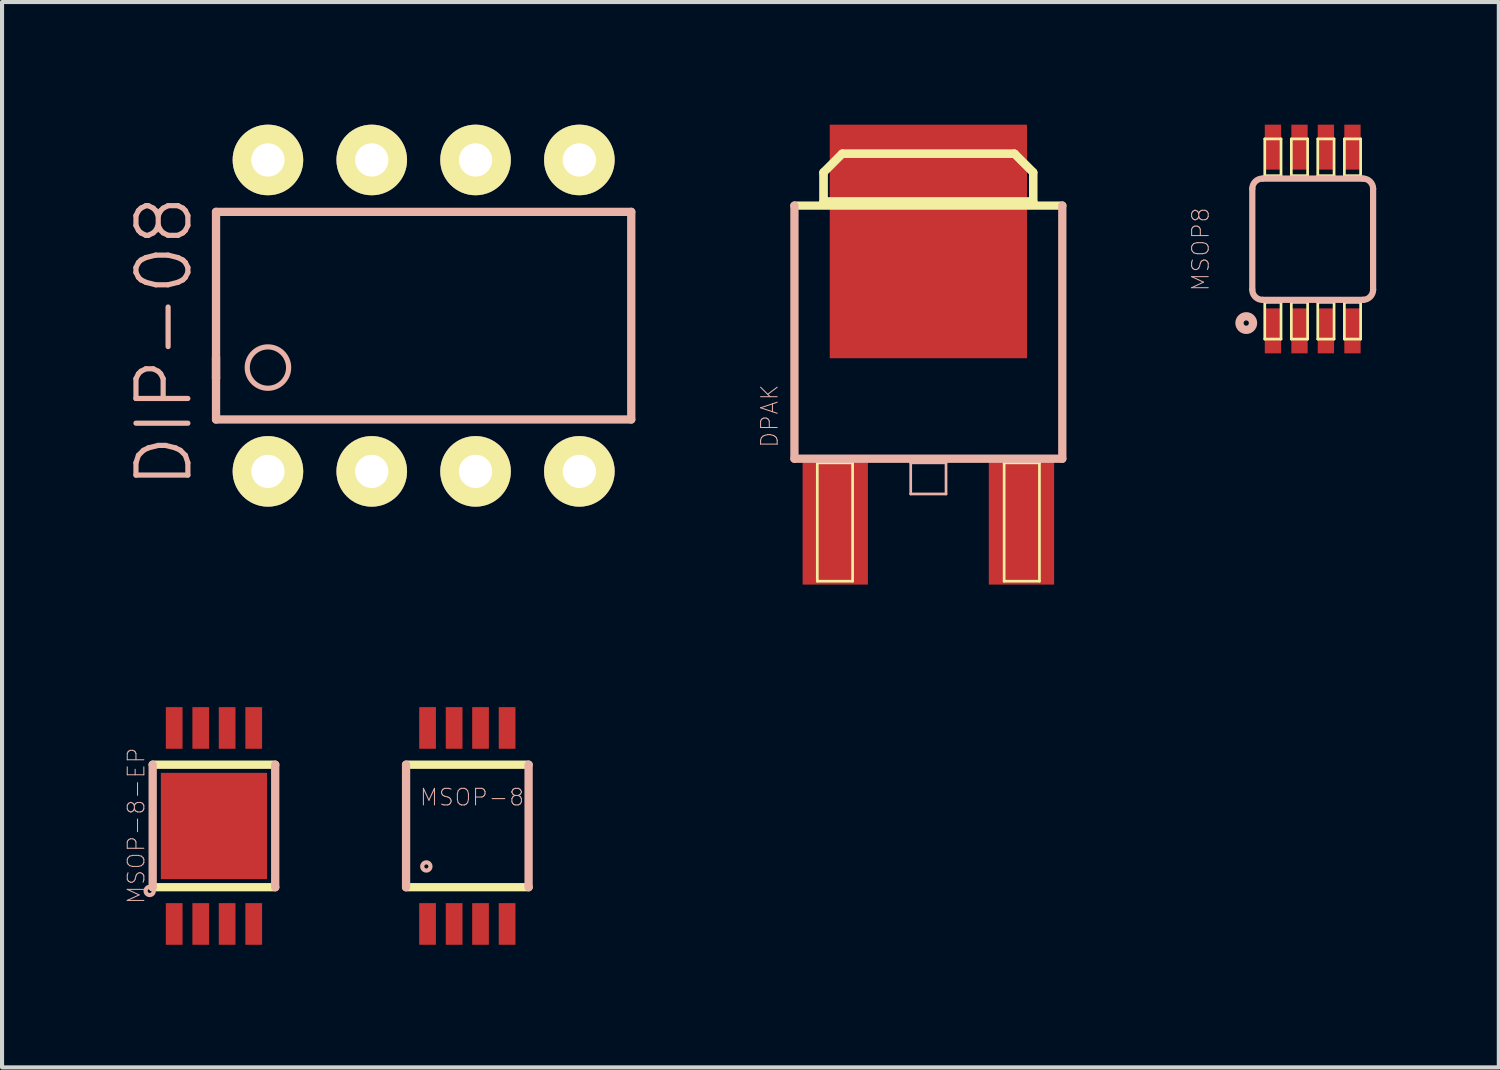
<source format=kicad_pcb>
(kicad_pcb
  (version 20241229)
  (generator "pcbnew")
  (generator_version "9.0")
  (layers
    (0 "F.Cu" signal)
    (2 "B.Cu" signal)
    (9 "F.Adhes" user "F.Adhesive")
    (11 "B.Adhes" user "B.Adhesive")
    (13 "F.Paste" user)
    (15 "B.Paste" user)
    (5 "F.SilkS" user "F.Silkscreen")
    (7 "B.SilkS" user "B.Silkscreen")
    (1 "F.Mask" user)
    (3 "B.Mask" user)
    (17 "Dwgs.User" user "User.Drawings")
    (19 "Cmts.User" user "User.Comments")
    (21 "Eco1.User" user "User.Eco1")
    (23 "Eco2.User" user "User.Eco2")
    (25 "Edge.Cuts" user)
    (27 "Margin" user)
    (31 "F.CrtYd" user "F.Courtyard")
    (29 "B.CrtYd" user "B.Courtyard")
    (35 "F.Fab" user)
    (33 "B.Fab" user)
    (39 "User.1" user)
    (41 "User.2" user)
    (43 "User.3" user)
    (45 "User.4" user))
  (footprint "DIP-08"
    (layer "F.Cu")
    (at 7.316 4.674)
    (property "Reference" "DIP-08" (at -6.35 0.635 90) (layer "B.SilkS") (effects (font (size 1.27 1.27) (thickness 0.127))))
    (attr exclude_from_pos_files exclude_from_bom)
    (fp_line (start -5.08 -2.54) (end -5.08 1.524) (stroke (width 0.203) (type solid)) (layer "B.SilkS"))
    (fp_line (start -5.08 -2.54) (end 5.08 -2.54) (stroke (width 0.203) (type solid)) (layer "B.SilkS"))
    (fp_line (start -5.08 1.524) (end -5.08 1.016) (stroke (width 0.203) (type solid)) (layer "B.SilkS"))
    (fp_line (start -5.08 2.54) (end -5.08 1.524) (stroke (width 0.203) (type solid)) (layer "B.SilkS"))
    (fp_line (start -5.08 2.54) (end 5.08 2.54) (stroke (width 0.203) (type solid)) (layer "B.SilkS"))
    (fp_line (start 5.08 -2.54) (end 5.08 2.54) (stroke (width 0.203) (type solid)) (layer "B.SilkS"))
    (fp_circle (center -3.81 1.27) (end -4.168 1.628) (stroke (width 0.127) (type solid)) (fill no) (layer "B.SilkS"))
    (pad "1" thru_hole circle (at -3.81 3.81) (size 1.727 1.727) (drill 0.813) (layers "*.Cu" "F.Mask" "F.SilkS" "F.Paste"))
    (pad "2" thru_hole circle (at -1.27 3.81) (size 1.727 1.727) (drill 0.813) (layers "*.Cu" "F.Mask" "F.SilkS" "F.Paste"))
    (pad "3" thru_hole circle (at 1.27 3.81) (size 1.727 1.727) (drill 0.813) (layers "*.Cu" "F.Mask" "F.SilkS" "F.Paste"))
    (pad "4" thru_hole circle (at 3.81 3.81) (size 1.727 1.727) (drill 0.813) (layers "*.Cu" "F.Mask" "F.SilkS" "F.Paste"))
    (pad "5" thru_hole circle (at 3.81 -3.81) (size 1.727 1.727) (drill 0.813) (layers "*.Cu" "F.Mask" "F.SilkS" "F.Paste"))
    (pad "6" thru_hole circle (at 1.27 -3.81) (size 1.727 1.727) (drill 0.813) (layers "*.Cu" "F.Mask" "F.SilkS" "F.Paste"))
    (pad "7" thru_hole circle (at -1.27 -3.81) (size 1.727 1.727) (drill 0.813) (layers "*.Cu" "F.Mask" "F.SilkS" "F.Paste"))
    (pad "8" thru_hole circle (at -3.81 -3.81) (size 1.727 1.727) (drill 0.813) (layers "*.Cu" "F.Mask" "F.SilkS" "F.Paste")))
  (footprint "MSOP-8"
    (layer "F.Cu")
    (at 8.385 17.16)
    (property "Reference" "MSOP-8" (at 0.114 -0.701 0) (layer "B.SilkS") (effects (font (size 0.406 0.406) (thickness 0.025))))
    (attr smd)
    (fp_line (start -1.499 1.499) (end 1.499 1.499) (stroke (width 0.203) (type solid)) (layer "F.SilkS"))
    (fp_line (start 1.499 -1.499) (end -1.499 -1.499) (stroke (width 0.203) (type solid)) (layer "F.SilkS"))
    (fp_line (start -1.499 -1.499) (end -1.499 1.499) (stroke (width 0.203) (type solid)) (layer "B.SilkS"))
    (fp_line (start 1.499 1.499) (end 1.499 -1.499) (stroke (width 0.203) (type solid)) (layer "B.SilkS"))
    (fp_circle (center -1.003 0.991) (end -1.074 1.062) (stroke (width 0.102) (type solid)) (fill no) (layer "B.SilkS"))
    (pad "1" smd rect (at -0.973 2.398) (size 0.409 1.019) (layers "F.Cu" "F.Mask" "F.Paste"))
    (pad "2" smd rect (at -0.323 2.398) (size 0.409 1.019) (layers "F.Cu" "F.Mask" "F.Paste"))
    (pad "3" smd rect (at 0.323 2.398) (size 0.409 1.019) (layers "F.Cu" "F.Mask" "F.Paste"))
    (pad "4" smd rect (at 0.973 2.398) (size 0.409 1.019) (layers "F.Cu" "F.Mask" "F.Paste"))
    (pad "5" smd rect (at 0.973 -2.398) (size 0.409 1.019) (layers "F.Cu" "F.Mask" "F.Paste"))
    (pad "6" smd rect (at 0.323 -2.398) (size 0.409 1.019) (layers "F.Cu" "F.Mask" "F.Paste"))
    (pad "7" smd rect (at -0.323 -2.398) (size 0.409 1.019) (layers "F.Cu" "F.Mask" "F.Paste"))
    (pad "8" smd rect (at -0.973 -2.398) (size 0.409 1.019) (layers "F.Cu" "F.Mask" "F.Paste")))
  (footprint "MSOP-8-EP"
    (layer "F.Cu")
    (at 2.185 17.16)
    (property "Reference" "MSOP-8-EP" (at -1.902 -0.005 90) (layer "B.SilkS") (effects (font (size 0.406 0.406) (thickness 0.025))))
    (attr smd)
    (fp_line (start -1.499 1.499) (end 1.499 1.499) (stroke (width 0.203) (type solid)) (layer "F.SilkS"))
    (fp_line (start 1.499 -1.499) (end -1.499 -1.499) (stroke (width 0.203) (type solid)) (layer "F.SilkS"))
    (fp_line (start -1.499 -1.499) (end -1.499 1.499) (stroke (width 0.203) (type solid)) (layer "B.SilkS"))
    (fp_line (start 1.499 1.499) (end 1.499 -1.499) (stroke (width 0.203) (type solid)) (layer "B.SilkS"))
    (fp_circle (center -1.572 1.59) (end -1.643 1.661) (stroke (width 0.102) (type solid)) (fill no) (layer "B.SilkS"))
    (pad "1" smd rect (at -0.973 2.398) (size 0.409 1.019) (layers "F.Cu" "F.Mask" "F.Paste"))
    (pad "2" smd rect (at -0.323 2.398) (size 0.409 1.019) (layers "F.Cu" "F.Mask" "F.Paste"))
    (pad "3" smd rect (at 0.323 2.398) (size 0.409 1.019) (layers "F.Cu" "F.Mask" "F.Paste"))
    (pad "4" smd rect (at 0.973 2.398) (size 0.409 1.019) (layers "F.Cu" "F.Mask" "F.Paste"))
    (pad "5" smd rect (at 0.973 -2.398) (size 0.409 1.019) (layers "F.Cu" "F.Mask" "F.Paste"))
    (pad "6" smd rect (at 0.323 -2.398) (size 0.409 1.019) (layers "F.Cu" "F.Mask" "F.Paste"))
    (pad "7" smd rect (at -0.323 -2.398) (size 0.409 1.019) (layers "F.Cu" "F.Mask" "F.Paste"))
    (pad "8" smd rect (at -0.973 -2.398) (size 0.409 1.019) (layers "F.Cu" "F.Mask" "F.Paste"))
    (pad "EP" smd rect (at 0 0) (size 2.598 2.598) (layers "F.Cu" "F.Mask" "F.Paste")))
  (footprint "DPAK"
    (layer "F.Cu")
    (at 19.666 4.445)
    (property "Reference" "DPAK" (at -3.886 2.685 90) (layer "B.SilkS") (effects (font (size 0.406 0.406) (thickness 0.025))))
    (attr smd)
    (fp_line (start -3.277 -2.464) (end 3.277 -2.464) (stroke (width 0.203) (type solid)) (layer "F.SilkS"))
    (fp_line (start -2.718 3.83) (end -1.854 3.83) (stroke (width 0.066) (type solid)) (layer "F.SilkS"))
    (fp_line (start -2.718 6.726) (end -2.718 3.83) (stroke (width 0.066) (type solid)) (layer "F.SilkS"))
    (fp_line (start -2.718 6.726) (end -1.854 6.726) (stroke (width 0.066) (type solid)) (layer "F.SilkS"))
    (fp_line (start -2.565 -3.277) (end -2.108 -3.734) (stroke (width 0.198) (type solid)) (layer "F.SilkS"))
    (fp_line (start -2.565 -3.277) (end -2.108 -3.734) (stroke (width 0.203) (type solid)) (layer "F.SilkS"))
    (fp_line (start -2.565 -2.565) (end -2.565 -3.277) (stroke (width 0.198) (type solid)) (layer "F.SilkS"))
    (fp_line (start -2.565 -2.565) (end -2.565 -3.277) (stroke (width 0.203) (type solid)) (layer "F.SilkS"))
    (fp_line (start -2.108 -3.734) (end 2.108 -3.734) (stroke (width 0.198) (type solid)) (layer "F.SilkS"))
    (fp_line (start -2.108 -3.734) (end 2.108 -3.734) (stroke (width 0.203) (type solid)) (layer "F.SilkS"))
    (fp_line (start -1.854 6.726) (end -1.854 3.83) (stroke (width 0.066) (type solid)) (layer "F.SilkS"))
    (fp_line (start 1.854 3.83) (end 2.718 3.83) (stroke (width 0.066) (type solid)) (layer "F.SilkS"))
    (fp_line (start 1.854 6.726) (end 1.854 3.83) (stroke (width 0.066) (type solid)) (layer "F.SilkS"))
    (fp_line (start 1.854 6.726) (end 2.718 6.726) (stroke (width 0.066) (type solid)) (layer "F.SilkS"))
    (fp_line (start 2.108 -3.734) (end 2.565 -3.277) (stroke (width 0.198) (type solid)) (layer "F.SilkS"))
    (fp_line (start 2.108 -3.734) (end 2.565 -3.277) (stroke (width 0.203) (type solid)) (layer "F.SilkS"))
    (fp_line (start 2.565 -3.277) (end 2.565 -2.565) (stroke (width 0.198) (type solid)) (layer "F.SilkS"))
    (fp_line (start 2.565 -3.277) (end 2.565 -2.565) (stroke (width 0.203) (type solid)) (layer "F.SilkS"))
    (fp_line (start 2.565 -2.565) (end -2.565 -2.565) (stroke (width 0.198) (type solid)) (layer "F.SilkS"))
    (fp_line (start 2.565 -2.565) (end -2.565 -2.565) (stroke (width 0.203) (type solid)) (layer "F.SilkS"))
    (fp_line (start 2.718 6.726) (end 2.718 3.83) (stroke (width 0.066) (type solid)) (layer "F.SilkS"))
    (fp_line (start -3.277 3.729) (end -3.277 -2.464) (stroke (width 0.203) (type solid)) (layer "B.SilkS"))
    (fp_line (start -0.432 3.83) (end 0.432 3.83) (stroke (width 0.066) (type solid)) (layer "B.SilkS"))
    (fp_line (start -0.432 4.592) (end -0.432 3.83) (stroke (width 0.066) (type solid)) (layer "B.SilkS"))
    (fp_line (start -0.432 4.592) (end 0.432 4.592) (stroke (width 0.066) (type solid)) (layer "B.SilkS"))
    (fp_line (start 0.432 4.592) (end 0.432 3.83) (stroke (width 0.066) (type solid)) (layer "B.SilkS"))
    (fp_line (start 3.277 -2.464) (end 3.277 3.729) (stroke (width 0.203) (type solid)) (layer "B.SilkS"))
    (fp_line (start 3.277 3.729) (end -3.277 3.729) (stroke (width 0.203) (type solid)) (layer "B.SilkS"))
    (pad "1" smd rect (at -2.278 5.309) (size 1.598 3) (layers "F.Cu" "F.Mask" "F.Paste"))
    (pad "3" smd rect (at 2.278 5.309) (size 1.598 3) (layers "F.Cu" "F.Mask" "F.Paste"))
    (pad "4" smd rect (at 0 -1.587) (size 4.826 5.715) (layers "F.Cu" "F.Mask" "F.Paste")))
  (footprint "MSOP8"
    (layer "F.Cu")
    (at 29.07 2.798)
    (property "Reference" "MSOP8" (at -2.743 0.254 90) (layer "B.SilkS") (effects (font (size 0.406 0.406) (thickness 0.025))))
    (attr smd)
    (fp_line (start -1.173 -2.449) (end -0.775 -2.449) (stroke (width 0.066) (type solid)) (layer "F.SilkS"))
    (fp_line (start -1.173 -1.549) (end -1.173 -2.449) (stroke (width 0.066) (type solid)) (layer "F.SilkS"))
    (fp_line (start -1.173 -1.549) (end -0.775 -1.549) (stroke (width 0.066) (type solid)) (layer "F.SilkS"))
    (fp_line (start -1.173 1.549) (end -0.775 1.549) (stroke (width 0.066) (type solid)) (layer "F.SilkS"))
    (fp_line (start -1.173 2.449) (end -1.173 1.549) (stroke (width 0.066) (type solid)) (layer "F.SilkS"))
    (fp_line (start -1.173 2.449) (end -0.775 2.449) (stroke (width 0.066) (type solid)) (layer "F.SilkS"))
    (fp_line (start -0.775 -1.549) (end -0.775 -2.449) (stroke (width 0.066) (type solid)) (layer "F.SilkS"))
    (fp_line (start -0.775 2.449) (end -0.775 1.549) (stroke (width 0.066) (type solid)) (layer "F.SilkS"))
    (fp_line (start -0.523 -2.449) (end -0.124 -2.449) (stroke (width 0.066) (type solid)) (layer "F.SilkS"))
    (fp_line (start -0.523 -1.549) (end -0.523 -2.449) (stroke (width 0.066) (type solid)) (layer "F.SilkS"))
    (fp_line (start -0.523 -1.549) (end -0.124 -1.549) (stroke (width 0.066) (type solid)) (layer "F.SilkS"))
    (fp_line (start -0.523 1.549) (end -0.124 1.549) (stroke (width 0.066) (type solid)) (layer "F.SilkS"))
    (fp_line (start -0.523 2.449) (end -0.523 1.549) (stroke (width 0.066) (type solid)) (layer "F.SilkS"))
    (fp_line (start -0.523 2.449) (end -0.124 2.449) (stroke (width 0.066) (type solid)) (layer "F.SilkS"))
    (fp_line (start -0.124 -1.549) (end -0.124 -2.449) (stroke (width 0.066) (type solid)) (layer "F.SilkS"))
    (fp_line (start -0.124 2.449) (end -0.124 1.549) (stroke (width 0.066) (type solid)) (layer "F.SilkS"))
    (fp_line (start 0.124 -2.449) (end 0.523 -2.449) (stroke (width 0.066) (type solid)) (layer "F.SilkS"))
    (fp_line (start 0.124 -1.549) (end 0.124 -2.449) (stroke (width 0.066) (type solid)) (layer "F.SilkS"))
    (fp_line (start 0.124 -1.549) (end 0.523 -1.549) (stroke (width 0.066) (type solid)) (layer "F.SilkS"))
    (fp_line (start 0.124 1.549) (end 0.523 1.549) (stroke (width 0.066) (type solid)) (layer "F.SilkS"))
    (fp_line (start 0.124 2.449) (end 0.124 1.549) (stroke (width 0.066) (type solid)) (layer "F.SilkS"))
    (fp_line (start 0.124 2.449) (end 0.523 2.449) (stroke (width 0.066) (type solid)) (layer "F.SilkS"))
    (fp_line (start 0.523 -1.549) (end 0.523 -2.449) (stroke (width 0.066) (type solid)) (layer "F.SilkS"))
    (fp_line (start 0.523 2.449) (end 0.523 1.549) (stroke (width 0.066) (type solid)) (layer "F.SilkS"))
    (fp_line (start 0.775 -2.449) (end 1.173 -2.449) (stroke (width 0.066) (type solid)) (layer "F.SilkS"))
    (fp_line (start 0.775 -1.549) (end 0.775 -2.449) (stroke (width 0.066) (type solid)) (layer "F.SilkS"))
    (fp_line (start 0.775 -1.549) (end 1.173 -1.549) (stroke (width 0.066) (type solid)) (layer "F.SilkS"))
    (fp_line (start 0.775 1.549) (end 1.173 1.549) (stroke (width 0.066) (type solid)) (layer "F.SilkS"))
    (fp_line (start 0.775 2.449) (end 0.775 1.549) (stroke (width 0.066) (type solid)) (layer "F.SilkS"))
    (fp_line (start 0.775 2.449) (end 1.173 2.449) (stroke (width 0.066) (type solid)) (layer "F.SilkS"))
    (fp_line (start 1.173 -1.549) (end 1.173 -2.449) (stroke (width 0.066) (type solid)) (layer "F.SilkS"))
    (fp_line (start 1.173 2.449) (end 1.173 1.549) (stroke (width 0.066) (type solid)) (layer "F.SilkS"))
    (fp_line (start -1.478 -1.229) (end -1.478 1.229) (stroke (width 0.152) (type solid)) (layer "B.SilkS"))
    (fp_line (start -1.219 -1.478) (end 1.24 -1.478) (stroke (width 0.152) (type solid)) (layer "B.SilkS"))
    (fp_line (start 1.24 1.488) (end -1.219 1.488) (stroke (width 0.152) (type solid)) (layer "B.SilkS"))
    (fp_line (start 1.478 1.24) (end 1.478 -1.229) (stroke (width 0.152) (type solid)) (layer "B.SilkS"))
    (fp_arc (start -1.47828 -1.22936) (mid -1.405373 -1.405373) (end -1.22936 -1.47828) (stroke (width 0.1524) (type solid)) (layer "B.SilkS"))
    (fp_arc (start -1.22936 1.48844) (mid -1.405373 1.415533) (end -1.47828 1.23952) (stroke (width 0.1524) (type solid)) (layer "B.SilkS"))
    (fp_arc (start 1.22936 -1.47828) (mid 1.405373 -1.405373) (end 1.47828 -1.22936) (stroke (width 0.1524) (type solid)) (layer "B.SilkS"))
    (fp_arc (start 1.47828 1.23952) (mid 1.405373 1.415533) (end 1.22936 1.48844) (stroke (width 0.1524) (type solid)) (layer "B.SilkS"))
    (fp_circle (center -1.626 2.057) (end -1.671 2.103) (stroke (width 0.203) (type solid)) (fill no) (layer "B.SilkS"))
    (pad "1" smd rect (at -0.973 2.248) (size 0.399 1.1) (layers "F.Cu" "F.Mask" "F.Paste"))
    (pad "2" smd rect (at -0.323 2.248) (size 0.399 1.1) (layers "F.Cu" "F.Mask" "F.Paste"))
    (pad "3" smd rect (at 0.323 2.248) (size 0.399 1.1) (layers "F.Cu" "F.Mask" "F.Paste"))
    (pad "4" smd rect (at 0.973 2.248) (size 0.399 1.1) (layers "F.Cu" "F.Mask" "F.Paste"))
    (pad "5" smd rect (at 0.973 -2.248) (size 0.399 1.1) (layers "F.Cu" "F.Mask" "F.Paste"))
    (pad "6" smd rect (at 0.323 -2.248) (size 0.399 1.1) (layers "F.Cu" "F.Mask" "F.Paste"))
    (pad "7" smd rect (at -0.323 -2.248) (size 0.399 1.1) (layers "F.Cu" "F.Mask" "F.Paste"))
    (pad "8" smd rect (at -0.973 -2.248) (size 0.399 1.1) (layers "F.Cu" "F.Mask" "F.Paste")))
  (gr_rect
    (start -3 -3)
    (end 33.624 23.068)
    (stroke (width 0.1) (type default))
    (fill no)
    (layer "Edge.Cuts")))
</source>
